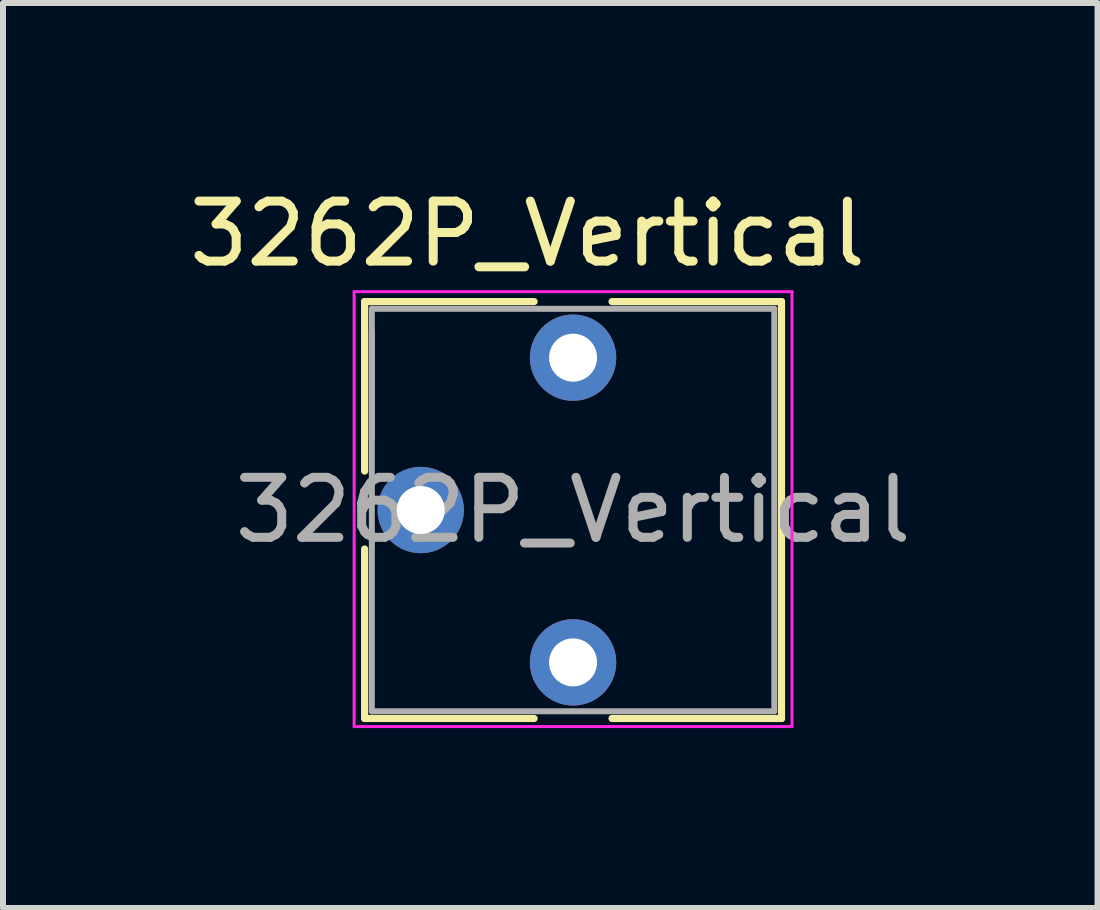
<source format=kicad_pcb>
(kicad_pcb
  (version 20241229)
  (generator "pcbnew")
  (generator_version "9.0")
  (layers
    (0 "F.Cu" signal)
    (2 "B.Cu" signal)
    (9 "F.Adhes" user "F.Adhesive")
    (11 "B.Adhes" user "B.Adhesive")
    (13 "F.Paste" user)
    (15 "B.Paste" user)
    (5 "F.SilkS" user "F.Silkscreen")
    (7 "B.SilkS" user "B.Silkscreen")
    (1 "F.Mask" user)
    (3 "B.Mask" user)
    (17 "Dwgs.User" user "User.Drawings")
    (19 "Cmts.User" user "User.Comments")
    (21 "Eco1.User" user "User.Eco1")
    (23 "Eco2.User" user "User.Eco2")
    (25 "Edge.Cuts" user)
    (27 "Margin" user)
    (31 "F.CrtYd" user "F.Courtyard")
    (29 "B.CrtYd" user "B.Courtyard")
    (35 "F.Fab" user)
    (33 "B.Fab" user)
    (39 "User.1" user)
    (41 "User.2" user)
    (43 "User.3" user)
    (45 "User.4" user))
  (footprint "3262P_Vertical"
    (layer "F.Cu")
    (at 6.504 2.913)
    (property "Reference" "3262P_Vertical" (at -0.76 -2.065 0) (layer "F.SilkS") (effects (font (size 1 1) (thickness 0.15))))
    (attr through_hole)
    (fp_line (start -3.475 -0.935) (end -3.475 1.89) (stroke (width 0.12) (type solid)) (layer "F.SilkS"))
    (fp_line (start -3.475 -0.935) (end -0.65 -0.935) (stroke (width 0.12) (type solid)) (layer "F.SilkS"))
    (fp_line (start -3.475 3.19) (end -3.475 6.015) (stroke (width 0.12) (type solid)) (layer "F.SilkS"))
    (fp_line (start -3.475 6.015) (end -0.65 6.015) (stroke (width 0.12) (type solid)) (layer "F.SilkS"))
    (fp_line (start 0.65 -0.935) (end 3.475 -0.935) (stroke (width 0.12) (type solid)) (layer "F.SilkS"))
    (fp_line (start 0.65 6.015) (end 3.475 6.015) (stroke (width 0.12) (type solid)) (layer "F.SilkS"))
    (fp_line (start 3.475 -0.935) (end 3.475 6.015) (stroke (width 0.12) (type solid)) (layer "F.SilkS"))
    (fp_line (start -3.65 -1.1) (end -3.65 6.15) (stroke (width 0.05) (type solid)) (layer "F.CrtYd"))
    (fp_line (start -3.65 6.15) (end 3.65 6.15) (stroke (width 0.05) (type solid)) (layer "F.CrtYd"))
    (fp_line (start 3.65 -1.1) (end -3.65 -1.1) (stroke (width 0.05) (type solid)) (layer "F.CrtYd"))
    (fp_line (start 3.65 6.15) (end 3.65 -1.1) (stroke (width 0.05) (type solid)) (layer "F.CrtYd"))
    (fp_line (start -3.355 -0.815) (end -3.355 5.895) (stroke (width 0.1) (type solid)) (layer "F.Fab"))
    (fp_line (start -3.355 1.345) (end -3.355 -0.435) (stroke (width 0.1) (type solid)) (layer "F.Fab"))
    (fp_line (start -3.355 5.895) (end 3.355 5.895) (stroke (width 0.1) (type solid)) (layer "F.Fab"))
    (fp_line (start 3.355 -0.815) (end -3.355 -0.815) (stroke (width 0.1) (type solid)) (layer "F.Fab"))
    (fp_line (start 3.355 5.895) (end 3.355 -0.815) (stroke (width 0.1) (type solid)) (layer "F.Fab"))
    (fp_text user "${REFERENCE}" (at 0 2.54 0) (layer "F.Fab") (effects (font (size 1 1) (thickness 0.15))))
    (pad "1" thru_hole circle (at 0 0) (size 1.44 1.44) (drill 0.8) (layers "*.Cu" "*.Mask"))
    (pad "2" thru_hole circle (at -2.54 2.54) (size 1.44 1.44) (drill 0.8) (layers "*.Cu" "*.Mask"))
    (pad "3" thru_hole circle (at 0 5.08) (size 1.44 1.44) (drill 0.8) (layers "*.Cu" "*.Mask")))
  (gr_rect
    (start -3 -3)
    (end 15.248 12.088)
    (stroke (width 0.1) (type default))
    (fill no)
    (layer "Edge.Cuts")))
</source>
